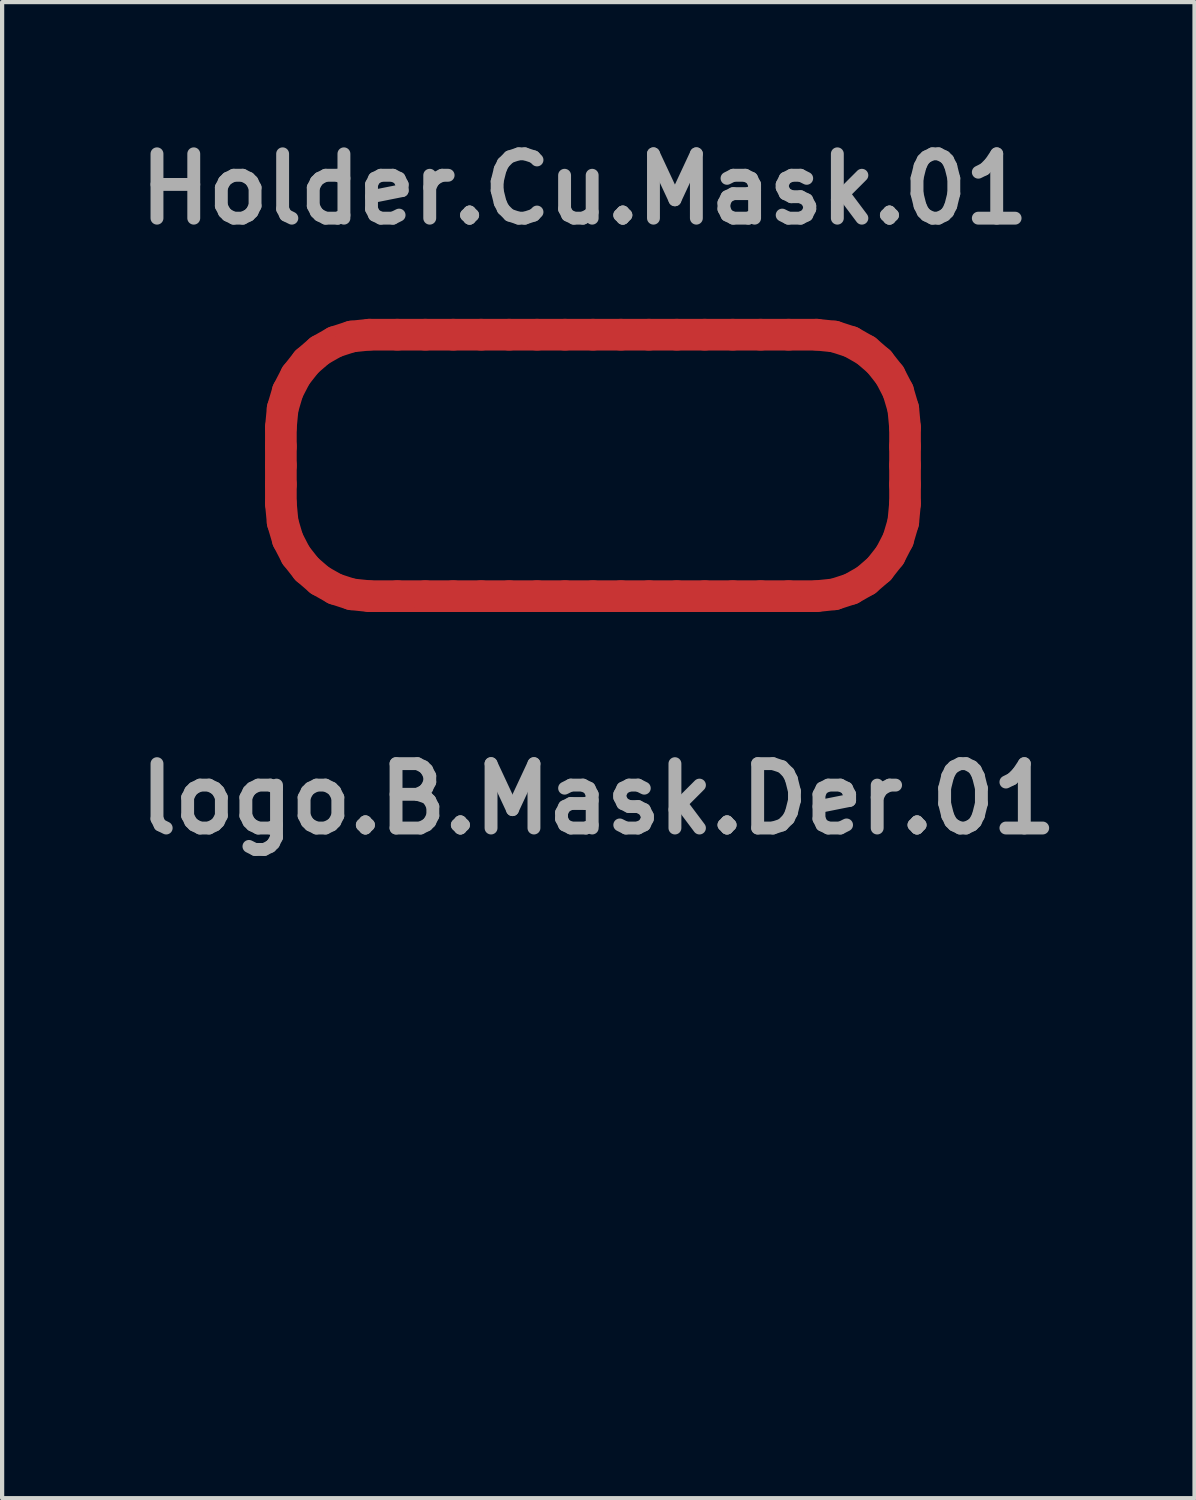
<source format=kicad_pcb>
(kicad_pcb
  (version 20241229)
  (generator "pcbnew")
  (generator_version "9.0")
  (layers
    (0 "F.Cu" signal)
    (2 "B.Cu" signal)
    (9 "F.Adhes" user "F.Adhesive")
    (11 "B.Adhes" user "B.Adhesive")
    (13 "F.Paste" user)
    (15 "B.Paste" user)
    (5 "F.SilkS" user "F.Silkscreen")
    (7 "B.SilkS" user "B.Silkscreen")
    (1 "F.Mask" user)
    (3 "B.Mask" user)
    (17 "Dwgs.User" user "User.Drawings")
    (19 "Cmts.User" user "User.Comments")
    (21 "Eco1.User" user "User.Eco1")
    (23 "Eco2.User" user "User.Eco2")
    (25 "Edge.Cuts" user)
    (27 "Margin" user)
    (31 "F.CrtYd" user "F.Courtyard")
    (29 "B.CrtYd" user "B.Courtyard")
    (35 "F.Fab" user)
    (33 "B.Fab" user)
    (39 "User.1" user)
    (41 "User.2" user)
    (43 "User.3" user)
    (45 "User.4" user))
  (footprint "logo.B.Mask.Der.01"
    (layer "F.Cu")
    (at 11.118 24.138)
    (property "Reference" "logo.B.Mask.Der.01" (at 0 -8.27 0) (layer "F.Fab") (effects (font (size 1.524 1.524) (thickness 0.305))))
    (attr smd)
    (fp_poly (pts (xy -0.55 5.043) (xy -0.769 4.986) (xy -0.984 4.922) (xy -1.197 4.85) (xy -1.408 4.771) (xy -1.616 4.684) (xy -1.823 4.589) (xy -2.027 4.486) (xy -2.231 4.376) (xy -2.432 4.257) (xy -2.633 4.129) (xy -2.833 3.994) (xy -3.032 3.849) (xy -3.231 3.696) (xy -3.43 3.534) (xy -3.629 3.363) (xy -3.828 3.183) (xy -4.009 3.009) (xy -4.199 2.813) (xy -4.396 2.599) (xy -4.598 2.371) (xy -4.8 2.133) (xy -5.001 1.888) (xy -5.197 1.641) (xy -5.384 1.396) (xy -5.561 1.157) (xy -5.724 0.927) (xy -5.87 0.711) (xy -5.997 0.512) (xy -6.1 0.335) (xy -6.178 0.184) (xy -6.243 -0.026) (xy -6.184 -0.219) (xy -6.113 -0.359) (xy -6.019 -0.523) (xy -5.903 -0.708) (xy -5.769 -0.91) (xy -5.619 -1.126) (xy -5.455 -1.352) (xy -5.281 -1.584) (xy -5.099 -1.82) (xy -4.911 -2.055) (xy -4.721 -2.287) (xy -4.529 -2.51) (xy -4.341 -2.723) (xy -4.157 -2.921) (xy -3.98 -3.101) (xy -3.672 -3.393) (xy -3.357 -3.663) (xy -3.036 -3.911) (xy -2.71 -4.138) (xy -2.378 -4.344) (xy -2.041 -4.528) (xy -1.698 -4.691) (xy -1.351 -4.832) (xy -0.997 -4.951) (xy -0.639 -5.049) (xy -0.276 -5.125) (xy 0.092 -5.179) (xy 0.465 -5.211) (xy 0.843 -5.221) (xy 1.225 -5.21) (xy 1.612 -5.177) (xy 1.945 -5.127) (xy 2.275 -5.054) (xy 2.601 -4.958) (xy 2.922 -4.842) (xy 3.235 -4.705) (xy 3.541 -4.549) (xy 3.837 -4.375) (xy 4.123 -4.183) (xy 4.396 -3.974) (xy 4.656 -3.75) (xy 4.902 -3.511) (xy 5.132 -3.258) (xy 5.344 -2.992) (xy 5.538 -2.715) (xy 5.713 -2.426) (xy 5.866 -2.128) (xy 5.976 -1.881) (xy 6.064 -1.659) (xy 6.13 -1.446) (xy 6.178 -1.225) (xy 6.211 -0.984) (xy 6.231 -0.705) (xy 6.241 -0.375) (xy 6.243 0.022) (xy 6.24 0.427) (xy 6.23 0.758) (xy 6.209 1.032) (xy 6.175 1.265) (xy 6.125 1.474) (xy 6.056 1.674) (xy 5.964 1.883) (xy 5.846 2.116) (xy 5.692 2.395) (xy 5.528 2.66) (xy 5.354 2.912) (xy 5.171 3.15) (xy 4.977 3.376) (xy 4.773 3.589) (xy 4.559 3.789) (xy 4.335 3.976) (xy 4.099 4.151) (xy 3.854 4.313) (xy 3.597 4.462) (xy 3.329 4.6) (xy 3.051 4.725) (xy 2.761 4.837) (xy 2.46 4.938) (xy 2.148 5.027) (xy 1.968 5.072) (xy 1.793 5.111) (xy 1.622 5.144) (xy 1.455 5.171) (xy 1.291 5.192) (xy 1.129 5.208) (xy 0.968 5.217) (xy 0.808 5.221) (xy 0.648 5.219) (xy 0.486 5.212) (xy 0.322 5.198) (xy 0.156 5.179) (xy -0.013 5.153) (xy -0.187 5.122) (xy -0.365 5.086) (xy -0.55 5.043) (xy -0.55 5.043) (xy -0.55 5.043) (xy -0.55 5.043) (xy -0.55 5.043) (xy -0.55 5.043) (xy -0.55 5.043)) (stroke (width 0.133) (type solid)) (fill yes) (layer "F.Mask")))
  (footprint "Holder.Cu.Mask.01"
    (layer "F.Cu")
    (at 10.791 7.771)
    (property "Reference" "Holder.Cu.Mask.01" (at 0 -6.344 0) (layer "F.Fab") (effects (font (size 1.524 1.524) (thickness 0.305))))
    (attr smd)
    (fp_line (start -7.19 -0.701) (end -7.148 -1.144) (stroke (width 0.75) (type solid)) (layer "F.Cu"))
    (fp_line (start -7.19 -0.25) (end -7.19 -0.701) (stroke (width 0.75) (type solid)) (layer "F.Cu"))
    (fp_line (start -7.19 0.2) (end -7.19 -0.25) (stroke (width 0.75) (type solid)) (layer "F.Cu"))
    (fp_line (start -7.19 0.65) (end -7.19 0.2) (stroke (width 0.75) (type solid)) (layer "F.Cu"))
    (fp_line (start -7.19 1.101) (end -7.19 0.65) (stroke (width 0.75) (type solid)) (layer "F.Cu"))
    (fp_line (start -7.148 -1.144) (end -7.026 -1.557) (stroke (width 0.75) (type solid)) (layer "F.Cu"))
    (fp_line (start -7.148 1.544) (end -7.19 1.101) (stroke (width 0.75) (type solid)) (layer "F.Cu"))
    (fp_line (start -7.026 -1.557) (end -6.833 -1.93) (stroke (width 0.75) (type solid)) (layer "F.Cu"))
    (fp_line (start -7.026 1.957) (end -7.148 1.544) (stroke (width 0.75) (type solid)) (layer "F.Cu"))
    (fp_line (start -6.833 -1.93) (end -6.577 -2.255) (stroke (width 0.75) (type solid)) (layer "F.Cu"))
    (fp_line (start -6.833 2.33) (end -7.026 1.957) (stroke (width 0.75) (type solid)) (layer "F.Cu"))
    (fp_line (start -6.577 -2.255) (end -6.267 -2.522) (stroke (width 0.75) (type solid)) (layer "F.Cu"))
    (fp_line (start -6.577 2.655) (end -6.833 2.33) (stroke (width 0.75) (type solid)) (layer "F.Cu"))
    (fp_line (start -6.267 -2.522) (end -5.911 -2.724) (stroke (width 0.75) (type solid)) (layer "F.Cu"))
    (fp_line (start -6.267 2.922) (end -6.577 2.655) (stroke (width 0.75) (type solid)) (layer "F.Cu"))
    (fp_line (start -5.911 -2.724) (end -5.517 -2.852) (stroke (width 0.75) (type solid)) (layer "F.Cu"))
    (fp_line (start -5.911 3.124) (end -6.267 2.922) (stroke (width 0.75) (type solid)) (layer "F.Cu"))
    (fp_line (start -5.517 -2.852) (end -5.094 -2.896) (stroke (width 0.75) (type solid)) (layer "F.Cu"))
    (fp_line (start -5.517 3.252) (end -5.911 3.124) (stroke (width 0.75) (type solid)) (layer "F.Cu"))
    (fp_line (start -5.094 -2.896) (end -4.432 -2.896) (stroke (width 0.75) (type solid)) (layer "F.Cu"))
    (fp_line (start -5.094 3.296) (end -5.517 3.252) (stroke (width 0.75) (type solid)) (layer "F.Cu"))
    (fp_line (start -4.432 -2.896) (end -3.77 -2.896) (stroke (width 0.75) (type solid)) (layer "F.Cu"))
    (fp_line (start -4.432 3.296) (end -5.094 3.296) (stroke (width 0.75) (type solid)) (layer "F.Cu"))
    (fp_line (start -3.77 -2.896) (end -3.109 -2.896) (stroke (width 0.75) (type solid)) (layer "F.Cu"))
    (fp_line (start -3.77 3.296) (end -4.432 3.296) (stroke (width 0.75) (type solid)) (layer "F.Cu"))
    (fp_line (start -3.109 -2.896) (end -2.447 -2.896) (stroke (width 0.75) (type solid)) (layer "F.Cu"))
    (fp_line (start -3.109 3.296) (end -3.77 3.296) (stroke (width 0.75) (type solid)) (layer "F.Cu"))
    (fp_line (start -2.447 -2.896) (end -1.785 -2.896) (stroke (width 0.75) (type solid)) (layer "F.Cu"))
    (fp_line (start -2.447 3.296) (end -3.109 3.296) (stroke (width 0.75) (type solid)) (layer "F.Cu"))
    (fp_line (start -1.785 -2.896) (end -1.124 -2.896) (stroke (width 0.75) (type solid)) (layer "F.Cu"))
    (fp_line (start -1.785 3.296) (end -2.447 3.296) (stroke (width 0.75) (type solid)) (layer "F.Cu"))
    (fp_line (start -1.124 -2.896) (end -0.462 -2.896) (stroke (width 0.75) (type solid)) (layer "F.Cu"))
    (fp_line (start -1.123 3.296) (end -1.785 3.296) (stroke (width 0.75) (type solid)) (layer "F.Cu"))
    (fp_line (start -0.462 -2.896) (end 0.2 -2.896) (stroke (width 0.75) (type solid)) (layer "F.Cu"))
    (fp_line (start -0.462 3.296) (end -1.123 3.296) (stroke (width 0.75) (type solid)) (layer "F.Cu"))
    (fp_line (start 0.2 -2.896) (end 0.862 -2.896) (stroke (width 0.75) (type solid)) (layer "F.Cu"))
    (fp_line (start 0.2 3.296) (end -0.462 3.296) (stroke (width 0.75) (type solid)) (layer "F.Cu"))
    (fp_line (start 0.862 -2.896) (end 1.523 -2.896) (stroke (width 0.75) (type solid)) (layer "F.Cu"))
    (fp_line (start 0.862 3.296) (end 0.2 3.296) (stroke (width 0.75) (type solid)) (layer "F.Cu"))
    (fp_line (start 1.523 -2.896) (end 2.185 -2.896) (stroke (width 0.75) (type solid)) (layer "F.Cu"))
    (fp_line (start 1.524 3.296) (end 0.862 3.296) (stroke (width 0.75) (type solid)) (layer "F.Cu"))
    (fp_line (start 2.185 -2.896) (end 2.847 -2.896) (stroke (width 0.75) (type solid)) (layer "F.Cu"))
    (fp_line (start 2.185 3.296) (end 1.524 3.296) (stroke (width 0.75) (type solid)) (layer "F.Cu"))
    (fp_line (start 2.847 -2.896) (end 3.509 -2.896) (stroke (width 0.75) (type solid)) (layer "F.Cu"))
    (fp_line (start 2.847 3.296) (end 2.185 3.296) (stroke (width 0.75) (type solid)) (layer "F.Cu"))
    (fp_line (start 3.509 -2.896) (end 4.17 -2.896) (stroke (width 0.75) (type solid)) (layer "F.Cu"))
    (fp_line (start 3.509 3.296) (end 2.847 3.296) (stroke (width 0.75) (type solid)) (layer "F.Cu"))
    (fp_line (start 4.17 -2.896) (end 4.832 -2.896) (stroke (width 0.75) (type solid)) (layer "F.Cu"))
    (fp_line (start 4.17 3.296) (end 3.509 3.296) (stroke (width 0.75) (type solid)) (layer "F.Cu"))
    (fp_line (start 4.832 -2.896) (end 5.494 -2.896) (stroke (width 0.75) (type solid)) (layer "F.Cu"))
    (fp_line (start 4.832 3.296) (end 4.17 3.296) (stroke (width 0.75) (type solid)) (layer "F.Cu"))
    (fp_line (start 5.494 -2.896) (end 5.917 -2.852) (stroke (width 0.75) (type solid)) (layer "F.Cu"))
    (fp_line (start 5.494 3.296) (end 4.832 3.296) (stroke (width 0.75) (type solid)) (layer "F.Cu"))
    (fp_line (start 5.917 -2.852) (end 6.311 -2.724) (stroke (width 0.75) (type solid)) (layer "F.Cu"))
    (fp_line (start 5.917 3.252) (end 5.494 3.296) (stroke (width 0.75) (type solid)) (layer "F.Cu"))
    (fp_line (start 6.311 -2.724) (end 6.667 -2.522) (stroke (width 0.75) (type solid)) (layer "F.Cu"))
    (fp_line (start 6.311 3.124) (end 5.917 3.252) (stroke (width 0.75) (type solid)) (layer "F.Cu"))
    (fp_line (start 6.667 -2.522) (end 6.977 -2.255) (stroke (width 0.75) (type solid)) (layer "F.Cu"))
    (fp_line (start 6.667 2.922) (end 6.311 3.124) (stroke (width 0.75) (type solid)) (layer "F.Cu"))
    (fp_line (start 6.977 -2.255) (end 7.233 -1.93) (stroke (width 0.75) (type solid)) (layer "F.Cu"))
    (fp_line (start 6.977 2.655) (end 6.667 2.922) (stroke (width 0.75) (type solid)) (layer "F.Cu"))
    (fp_line (start 7.233 -1.93) (end 7.426 -1.557) (stroke (width 0.75) (type solid)) (layer "F.Cu"))
    (fp_line (start 7.233 2.33) (end 6.977 2.655) (stroke (width 0.75) (type solid)) (layer "F.Cu"))
    (fp_line (start 7.426 -1.557) (end 7.548 -1.144) (stroke (width 0.75) (type solid)) (layer "F.Cu"))
    (fp_line (start 7.426 1.957) (end 7.233 2.33) (stroke (width 0.75) (type solid)) (layer "F.Cu"))
    (fp_line (start 7.548 -1.144) (end 7.59 -0.701) (stroke (width 0.75) (type solid)) (layer "F.Cu"))
    (fp_line (start 7.548 1.544) (end 7.426 1.957) (stroke (width 0.75) (type solid)) (layer "F.Cu"))
    (fp_line (start 7.59 -0.701) (end 7.59 -0.25) (stroke (width 0.75) (type solid)) (layer "F.Cu"))
    (fp_line (start 7.59 -0.25) (end 7.59 0.2) (stroke (width 0.75) (type solid)) (layer "F.Cu"))
    (fp_line (start 7.59 0.2) (end 7.59 0.65) (stroke (width 0.75) (type solid)) (layer "F.Cu"))
    (fp_line (start 7.59 0.65) (end 7.59 1.101) (stroke (width 0.75) (type solid)) (layer "F.Cu"))
    (fp_line (start 7.59 1.101) (end 7.548 1.544) (stroke (width 0.75) (type solid)) (layer "F.Cu"))
    (fp_line (start -7.19 -0.701) (end -7.148 -1.144) (stroke (width 0.75) (type solid)) (layer "F.Mask"))
    (fp_line (start -7.19 -0.25) (end -7.19 -0.701) (stroke (width 0.75) (type solid)) (layer "F.Mask"))
    (fp_line (start -7.19 0.2) (end -7.19 -0.25) (stroke (width 0.75) (type solid)) (layer "F.Mask"))
    (fp_line (start -7.19 0.65) (end -7.19 0.2) (stroke (width 0.75) (type solid)) (layer "F.Mask"))
    (fp_line (start -7.19 1.101) (end -7.19 0.65) (stroke (width 0.75) (type solid)) (layer "F.Mask"))
    (fp_line (start -7.148 -1.144) (end -7.026 -1.557) (stroke (width 0.75) (type solid)) (layer "F.Mask"))
    (fp_line (start -7.148 1.544) (end -7.19 1.101) (stroke (width 0.75) (type solid)) (layer "F.Mask"))
    (fp_line (start -7.026 -1.557) (end -6.833 -1.93) (stroke (width 0.75) (type solid)) (layer "F.Mask"))
    (fp_line (start -7.026 1.957) (end -7.148 1.544) (stroke (width 0.75) (type solid)) (layer "F.Mask"))
    (fp_line (start -6.833 -1.93) (end -6.577 -2.255) (stroke (width 0.75) (type solid)) (layer "F.Mask"))
    (fp_line (start -6.833 2.33) (end -7.026 1.957) (stroke (width 0.75) (type solid)) (layer "F.Mask"))
    (fp_line (start -6.577 -2.255) (end -6.267 -2.522) (stroke (width 0.75) (type solid)) (layer "F.Mask"))
    (fp_line (start -6.577 2.655) (end -6.833 2.33) (stroke (width 0.75) (type solid)) (layer "F.Mask"))
    (fp_line (start -6.267 -2.522) (end -5.911 -2.724) (stroke (width 0.75) (type solid)) (layer "F.Mask"))
    (fp_line (start -6.267 2.922) (end -6.577 2.655) (stroke (width 0.75) (type solid)) (layer "F.Mask"))
    (fp_line (start -5.911 -2.724) (end -5.517 -2.852) (stroke (width 0.75) (type solid)) (layer "F.Mask"))
    (fp_line (start -5.911 3.124) (end -6.267 2.922) (stroke (width 0.75) (type solid)) (layer "F.Mask"))
    (fp_line (start -5.517 -2.852) (end -5.094 -2.896) (stroke (width 0.75) (type solid)) (layer "F.Mask"))
    (fp_line (start -5.517 3.252) (end -5.911 3.124) (stroke (width 0.75) (type solid)) (layer "F.Mask"))
    (fp_line (start -5.094 -2.896) (end -4.432 -2.896) (stroke (width 0.75) (type solid)) (layer "F.Mask"))
    (fp_line (start -5.094 3.296) (end -5.517 3.252) (stroke (width 0.75) (type solid)) (layer "F.Mask"))
    (fp_line (start -4.432 -2.896) (end -3.77 -2.896) (stroke (width 0.75) (type solid)) (layer "F.Mask"))
    (fp_line (start -4.432 3.296) (end -5.094 3.296) (stroke (width 0.75) (type solid)) (layer "F.Mask"))
    (fp_line (start -3.77 -2.896) (end -3.109 -2.896) (stroke (width 0.75) (type solid)) (layer "F.Mask"))
    (fp_line (start -3.77 3.296) (end -4.432 3.296) (stroke (width 0.75) (type solid)) (layer "F.Mask"))
    (fp_line (start -3.109 -2.896) (end -2.447 -2.896) (stroke (width 0.75) (type solid)) (layer "F.Mask"))
    (fp_line (start -3.109 3.296) (end -3.77 3.296) (stroke (width 0.75) (type solid)) (layer "F.Mask"))
    (fp_line (start -2.447 -2.896) (end -1.785 -2.896) (stroke (width 0.75) (type solid)) (layer "F.Mask"))
    (fp_line (start -2.447 3.296) (end -3.109 3.296) (stroke (width 0.75) (type solid)) (layer "F.Mask"))
    (fp_line (start -1.785 -2.896) (end -1.124 -2.896) (stroke (width 0.75) (type solid)) (layer "F.Mask"))
    (fp_line (start -1.785 3.296) (end -2.447 3.296) (stroke (width 0.75) (type solid)) (layer "F.Mask"))
    (fp_line (start -1.124 -2.896) (end -0.462 -2.896) (stroke (width 0.75) (type solid)) (layer "F.Mask"))
    (fp_line (start -1.123 3.296) (end -1.785 3.296) (stroke (width 0.75) (type solid)) (layer "F.Mask"))
    (fp_line (start -0.462 -2.896) (end 0.2 -2.896) (stroke (width 0.75) (type solid)) (layer "F.Mask"))
    (fp_line (start -0.462 3.296) (end -1.123 3.296) (stroke (width 0.75) (type solid)) (layer "F.Mask"))
    (fp_line (start 0.2 -2.896) (end 0.862 -2.896) (stroke (width 0.75) (type solid)) (layer "F.Mask"))
    (fp_line (start 0.2 3.296) (end -0.462 3.296) (stroke (width 0.75) (type solid)) (layer "F.Mask"))
    (fp_line (start 0.862 -2.896) (end 1.523 -2.896) (stroke (width 0.75) (type solid)) (layer "F.Mask"))
    (fp_line (start 0.862 3.296) (end 0.2 3.296) (stroke (width 0.75) (type solid)) (layer "F.Mask"))
    (fp_line (start 1.523 -2.896) (end 2.185 -2.896) (stroke (width 0.75) (type solid)) (layer "F.Mask"))
    (fp_line (start 1.524 3.296) (end 0.862 3.296) (stroke (width 0.75) (type solid)) (layer "F.Mask"))
    (fp_line (start 2.185 -2.896) (end 2.847 -2.896) (stroke (width 0.75) (type solid)) (layer "F.Mask"))
    (fp_line (start 2.185 3.296) (end 1.524 3.296) (stroke (width 0.75) (type solid)) (layer "F.Mask"))
    (fp_line (start 2.847 -2.896) (end 3.509 -2.896) (stroke (width 0.75) (type solid)) (layer "F.Mask"))
    (fp_line (start 2.847 3.296) (end 2.185 3.296) (stroke (width 0.75) (type solid)) (layer "F.Mask"))
    (fp_line (start 3.509 -2.896) (end 4.17 -2.896) (stroke (width 0.75) (type solid)) (layer "F.Mask"))
    (fp_line (start 3.509 3.296) (end 2.847 3.296) (stroke (width 0.75) (type solid)) (layer "F.Mask"))
    (fp_line (start 4.17 -2.896) (end 4.832 -2.896) (stroke (width 0.75) (type solid)) (layer "F.Mask"))
    (fp_line (start 4.17 3.296) (end 3.509 3.296) (stroke (width 0.75) (type solid)) (layer "F.Mask"))
    (fp_line (start 4.832 -2.896) (end 5.494 -2.896) (stroke (width 0.75) (type solid)) (layer "F.Mask"))
    (fp_line (start 4.832 3.296) (end 4.17 3.296) (stroke (width 0.75) (type solid)) (layer "F.Mask"))
    (fp_line (start 5.494 -2.896) (end 5.917 -2.852) (stroke (width 0.75) (type solid)) (layer "F.Mask"))
    (fp_line (start 5.494 3.296) (end 4.832 3.296) (stroke (width 0.75) (type solid)) (layer "F.Mask"))
    (fp_line (start 5.917 -2.852) (end 6.311 -2.724) (stroke (width 0.75) (type solid)) (layer "F.Mask"))
    (fp_line (start 5.917 3.252) (end 5.494 3.296) (stroke (width 0.75) (type solid)) (layer "F.Mask"))
    (fp_line (start 6.311 -2.724) (end 6.667 -2.522) (stroke (width 0.75) (type solid)) (layer "F.Mask"))
    (fp_line (start 6.311 3.124) (end 5.917 3.252) (stroke (width 0.75) (type solid)) (layer "F.Mask"))
    (fp_line (start 6.667 -2.522) (end 6.977 -2.255) (stroke (width 0.75) (type solid)) (layer "F.Mask"))
    (fp_line (start 6.667 2.922) (end 6.311 3.124) (stroke (width 0.75) (type solid)) (layer "F.Mask"))
    (fp_line (start 6.977 -2.255) (end 7.233 -1.93) (stroke (width 0.75) (type solid)) (layer "F.Mask"))
    (fp_line (start 6.977 2.655) (end 6.667 2.922) (stroke (width 0.75) (type solid)) (layer "F.Mask"))
    (fp_line (start 7.233 -1.93) (end 7.426 -1.557) (stroke (width 0.75) (type solid)) (layer "F.Mask"))
    (fp_line (start 7.233 2.33) (end 6.977 2.655) (stroke (width 0.75) (type solid)) (layer "F.Mask"))
    (fp_line (start 7.426 -1.557) (end 7.548 -1.144) (stroke (width 0.75) (type solid)) (layer "F.Mask"))
    (fp_line (start 7.426 1.957) (end 7.233 2.33) (stroke (width 0.75) (type solid)) (layer "F.Mask"))
    (fp_line (start 7.548 -1.144) (end 7.59 -0.701) (stroke (width 0.75) (type solid)) (layer "F.Mask"))
    (fp_line (start 7.548 1.544) (end 7.426 1.957) (stroke (width 0.75) (type solid)) (layer "F.Mask"))
    (fp_line (start 7.59 -0.701) (end 7.59 -0.25) (stroke (width 0.75) (type solid)) (layer "F.Mask"))
    (fp_line (start 7.59 -0.25) (end 7.59 0.2) (stroke (width 0.75) (type solid)) (layer "F.Mask"))
    (fp_line (start 7.59 0.2) (end 7.59 0.65) (stroke (width 0.75) (type solid)) (layer "F.Mask"))
    (fp_line (start 7.59 0.65) (end 7.59 1.101) (stroke (width 0.75) (type solid)) (layer "F.Mask"))
    (fp_line (start 7.59 1.101) (end 7.548 1.544) (stroke (width 0.75) (type solid)) (layer "F.Mask")))
  (gr_rect
    (start -3 -3)
    (end 25.236 32.426)
    (stroke (width 0.1) (type default))
    (fill no)
    (layer "Edge.Cuts")))
</source>
